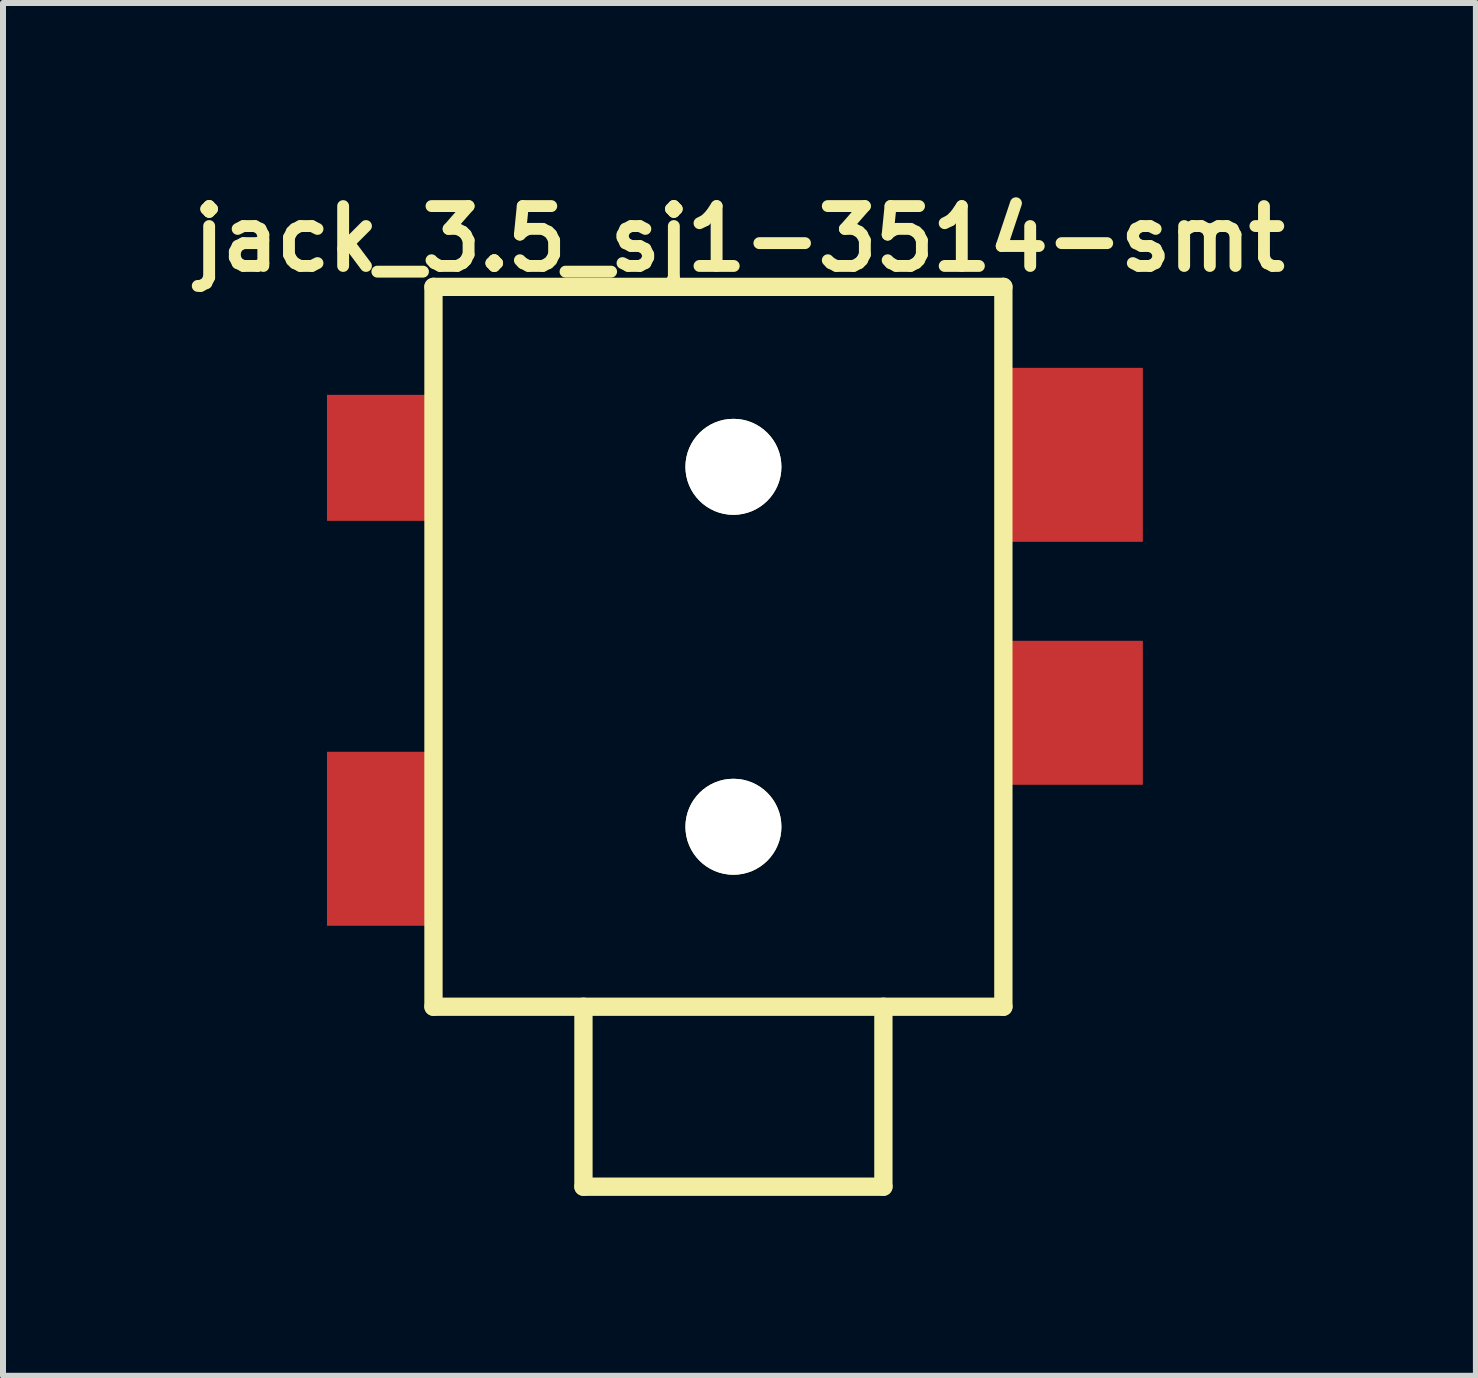
<source format=kicad_pcb>
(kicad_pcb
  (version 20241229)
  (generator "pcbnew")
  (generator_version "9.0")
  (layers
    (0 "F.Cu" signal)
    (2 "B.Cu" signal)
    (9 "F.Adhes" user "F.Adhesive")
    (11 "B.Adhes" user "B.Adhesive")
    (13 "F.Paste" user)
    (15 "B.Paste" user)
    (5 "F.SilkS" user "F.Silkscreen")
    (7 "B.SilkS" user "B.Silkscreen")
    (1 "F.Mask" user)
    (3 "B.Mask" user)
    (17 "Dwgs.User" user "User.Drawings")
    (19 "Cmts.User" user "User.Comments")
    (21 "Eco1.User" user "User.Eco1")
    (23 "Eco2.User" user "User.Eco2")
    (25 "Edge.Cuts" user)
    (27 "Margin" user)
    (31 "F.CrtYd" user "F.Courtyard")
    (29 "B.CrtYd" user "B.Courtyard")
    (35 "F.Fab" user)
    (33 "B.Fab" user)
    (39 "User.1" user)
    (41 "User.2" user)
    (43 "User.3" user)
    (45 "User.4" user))
  (footprint "jack_3.5_sj1-3514-smt"
    (layer "F.Cu")
    (at 9.176 7.632)
    (property "Reference" "jack_3.5_sj1-3514-smt" (at 0.1 -6.7 0) (layer "F.SilkS") (effects (font (size 0.998 0.998) (thickness 0.198))))
    (attr through_hole)
    (fp_line (start -5 -5.9) (end 4.5 -5.9) (stroke (width 0.305) (type solid)) (layer "F.SilkS"))
    (fp_line (start -5 6.1) (end -5 -5.9) (stroke (width 0.305) (type solid)) (layer "F.SilkS"))
    (fp_line (start -2.5 6.1) (end -2.5 9.1) (stroke (width 0.305) (type solid)) (layer "F.SilkS"))
    (fp_line (start -2.5 9.1) (end 2.5 9.1) (stroke (width 0.305) (type solid)) (layer "F.SilkS"))
    (fp_line (start 2.5 9.1) (end 2.5 6.1) (stroke (width 0.305) (type solid)) (layer "F.SilkS"))
    (fp_line (start 4.5 -5.9) (end 4.5 6.1) (stroke (width 0.305) (type solid)) (layer "F.SilkS"))
    (fp_line (start 4.5 6.1) (end -5 6.1) (stroke (width 0.305) (type solid)) (layer "F.SilkS"))
    (pad "" np_thru_hole circle (at 0 -2.9) (size 1.6 1.6) (drill 1.6) (layers "*.Cu" "*.Mask" "F.SilkS"))
    (pad "" np_thru_hole circle (at 0 3.1) (size 1.6 1.6) (drill 1.6) (layers "*.Cu" "*.Mask" "F.SilkS"))
    (pad "1" smd rect (at -5.9 3.3) (size 1.75 2.9) (layers "F.Cu" "F.Mask" "F.Paste"))
    (pad "2" smd rect (at 5.7 1.2) (size 2.25 2.4) (layers "F.Cu" "F.Mask" "F.Paste"))
    (pad "3" smd rect (at 5.7 -3.1) (size 2.25 2.9) (layers "F.Cu" "F.Mask" "F.Paste"))
    (pad "4" smd rect (at -5.9 -3.05) (size 1.75 2.1) (layers "F.Cu" "F.Mask" "F.Paste")))
  (gr_rect
    (start -3 -3)
    (end 21.553 19.884)
    (stroke (width 0.1) (type default))
    (fill no)
    (layer "Edge.Cuts")))
</source>
